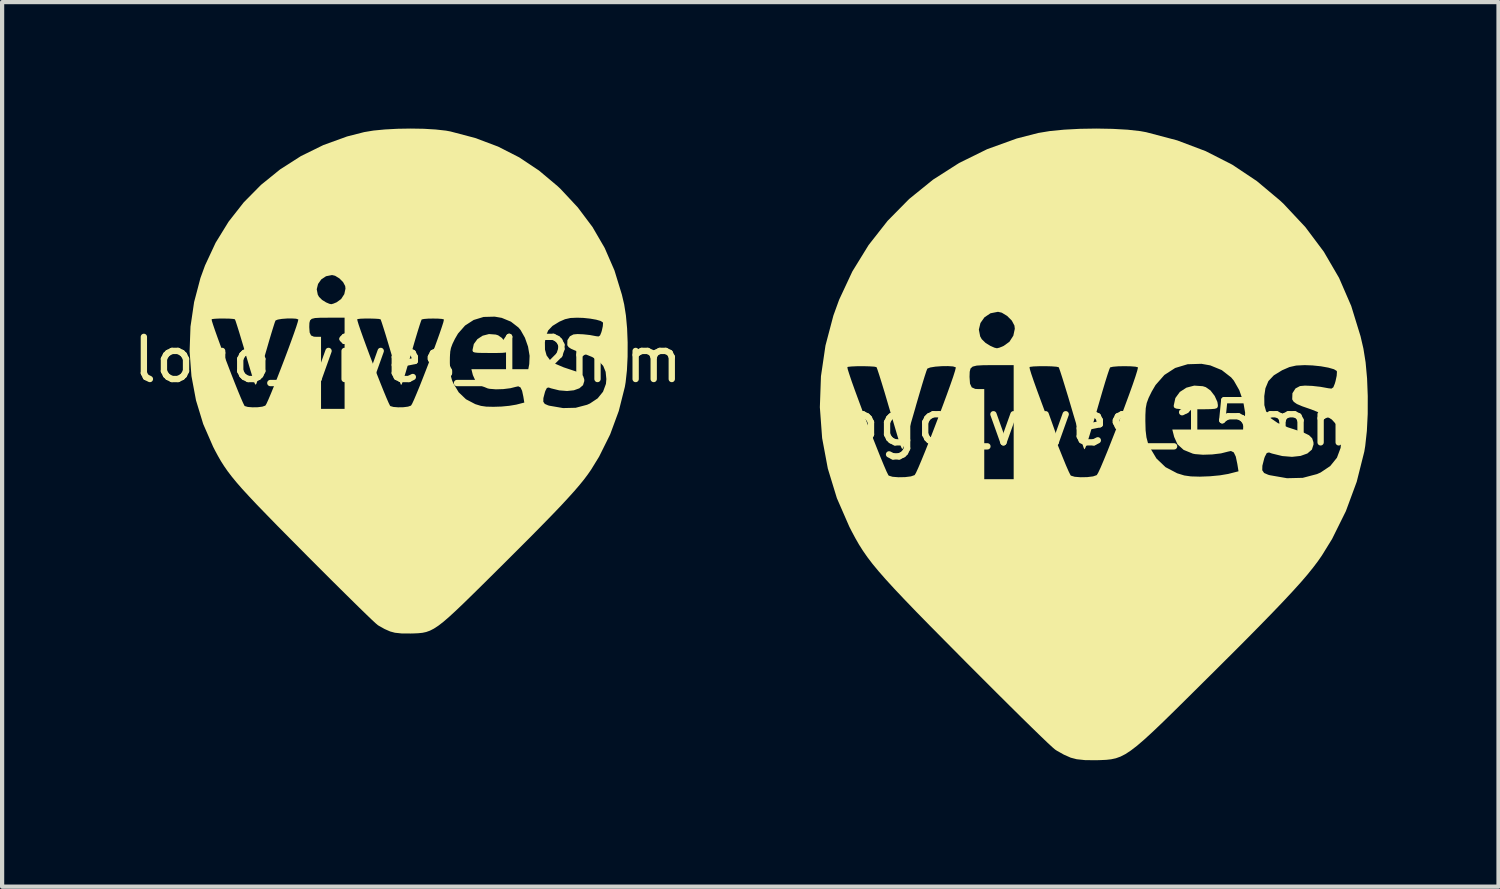
<source format=kicad_pcb>
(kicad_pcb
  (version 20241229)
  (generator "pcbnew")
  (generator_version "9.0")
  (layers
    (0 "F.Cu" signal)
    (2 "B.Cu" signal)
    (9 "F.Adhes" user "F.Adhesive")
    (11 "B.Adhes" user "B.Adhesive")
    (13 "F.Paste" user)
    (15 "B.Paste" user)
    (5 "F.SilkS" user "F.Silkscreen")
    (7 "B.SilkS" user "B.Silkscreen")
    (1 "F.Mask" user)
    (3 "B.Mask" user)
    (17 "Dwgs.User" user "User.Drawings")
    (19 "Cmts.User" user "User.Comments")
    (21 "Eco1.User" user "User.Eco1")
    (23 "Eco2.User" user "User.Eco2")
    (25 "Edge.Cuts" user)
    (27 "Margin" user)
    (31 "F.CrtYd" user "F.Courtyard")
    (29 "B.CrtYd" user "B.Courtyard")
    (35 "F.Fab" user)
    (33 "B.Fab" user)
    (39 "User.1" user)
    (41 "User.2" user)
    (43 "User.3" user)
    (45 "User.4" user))
  (footprint "logo_vives_15mm"
    (layer "F.Cu")
    (at 22.875 7.489)
    (property "Reference" "logo_vives_15mm" (at 0 -0.5 0) (unlocked yes) (layer "F.SilkS") (effects (font (size 1 1) (thickness 0.15))))
    (fp_poly (pts (xy 2.609 -1.377) (xy 2.681 -1.354) (xy 2.792 -1.276) (xy 2.891 -1.147) (xy 2.956 -1.004) (xy 2.968 -0.927) (xy 2.964 -0.886) (xy 2.945 -0.858) (xy 2.895 -0.841) (xy 2.799 -0.833) (xy 2.644 -0.83) (xy 2.444 -0.829) (xy 2.223 -0.83) (xy 2.075 -0.834) (xy 1.985 -0.844) (xy 1.939 -0.862) (xy 1.922 -0.891) (xy 1.92 -0.919) (xy 1.959 -1.096) (xy 2.065 -1.241) (xy 2.221 -1.342) (xy 2.407 -1.391)) (stroke (width 0) (type solid)) (fill yes) (layer "F.SilkS"))
    (fp_poly (pts (xy 0.472 -7.482) (xy 0.827 -7.462) (xy 1.13 -7.428) (xy 1.266 -7.403) (xy 2.002 -7.209) (xy 2.679 -6.953) (xy 3.307 -6.633) (xy 3.892 -6.243) (xy 4.444 -5.78) (xy 4.529 -5.7) (xy 5.044 -5.15) (xy 5.48 -4.568) (xy 5.842 -3.947) (xy 6.131 -3.28) (xy 6.352 -2.562) (xy 6.42 -2.269) (xy 6.472 -1.944) (xy 6.507 -1.56) (xy 6.523 -1.143) (xy 6.522 -0.719) (xy 6.502 -0.316) (xy 6.463 0.041) (xy 6.441 0.175) (xy 6.261 0.891) (xy 6.004 1.587) (xy 5.677 2.247) (xy 5.437 2.636) (xy 5.34 2.776) (xy 5.228 2.924) (xy 5.096 3.088) (xy 4.94 3.27) (xy 4.754 3.476) (xy 4.534 3.712) (xy 4.276 3.982) (xy 3.974 4.292) (xy 3.625 4.646) (xy 3.222 5.049) (xy 2.762 5.507) (xy 2.678 5.59) (xy 2.288 5.977) (xy 1.954 6.307) (xy 1.67 6.585) (xy 1.429 6.815) (xy 1.225 7.002) (xy 1.052 7.151) (xy 0.904 7.265) (xy 0.775 7.35) (xy 0.658 7.41) (xy 0.547 7.45) (xy 0.436 7.474) (xy 0.319 7.487) (xy 0.19 7.493) (xy 0.087 7.496) (xy -0.18 7.494) (xy -0.381 7.473) (xy -0.523 7.436) (xy -0.688 7.363) (xy -0.855 7.269) (xy -0.894 7.243) (xy -0.955 7.191) (xy -1.072 7.083) (xy -1.238 6.924) (xy -1.449 6.719) (xy -1.698 6.475) (xy -1.979 6.197) (xy -2.288 5.89) (xy -2.618 5.56) (xy -2.964 5.214) (xy -3.056 5.121) (xy -3.491 4.682) (xy -3.87 4.299) (xy -4.196 3.966) (xy -4.475 3.676) (xy -4.713 3.424) (xy -4.914 3.204) (xy -5.084 3.01) (xy -5.227 2.837) (xy -5.348 2.678) (xy -5.453 2.527) (xy -5.547 2.379) (xy -5.634 2.227) (xy -5.72 2.066) (xy -5.777 1.954) (xy -6.071 1.28) (xy -6.286 0.577) (xy -6.421 -0.145) (xy -6.475 -0.878) (xy -6.449 -1.613) (xy -6.417 -1.83) (xy -5.822 -1.83) (xy -5.815 -1.783) (xy -5.779 -1.668) (xy -5.721 -1.495) (xy -5.643 -1.277) (xy -5.551 -1.027) (xy -5.45 -0.755) (xy -5.343 -0.474) (xy -5.236 -0.196) (xy -5.132 0.067) (xy -5.038 0.303) (xy -4.956 0.501) (xy -4.893 0.647) (xy -4.851 0.731) (xy -4.84 0.745) (xy -4.75 0.772) (xy -4.61 0.783) (xy -4.454 0.78) (xy -4.316 0.763) (xy -4.229 0.733) (xy -4.226 0.731) (xy -4.195 0.679) (xy -4.14 0.559) (xy -4.065 0.382) (xy -3.975 0.162) (xy -3.875 -0.09) (xy -3.769 -0.363) (xy -3.662 -0.643) (xy -3.558 -0.919) (xy -3.462 -1.179) (xy -3.379 -1.41) (xy -3.315 -1.593) (xy -2.924 -1.593) (xy -2.913 -1.437) (xy -2.872 -1.35) (xy -2.79 -1.313) (xy -2.723 -1.309) (xy -2.575 -1.309) (xy -2.575 0.829) (xy -1.877 0.829) (xy -1.877 -1.83) (xy -1.501 -1.83) (xy -1.494 -1.783) (xy -1.459 -1.668) (xy -1.4 -1.495) (xy -1.322 -1.277) (xy -1.23 -1.027) (xy -1.129 -0.755) (xy -1.022 -0.474) (xy -0.915 -0.196) (xy -0.812 0.067) (xy -0.717 0.303) (xy -0.636 0.501) (xy -0.572 0.647) (xy -0.53 0.731) (xy -0.519 0.745) (xy -0.429 0.772) (xy -0.289 0.783) (xy -0.133 0.78) (xy 0.006 0.763) (xy 0.093 0.733) (xy 0.095 0.731) (xy 0.127 0.678) (xy 0.184 0.557) (xy 0.259 0.38) (xy 0.35 0.159) (xy 0.45 -0.094) (xy 0.557 -0.366) (xy 0.628 -0.552) (xy 1.247 -0.552) (xy 1.253 -0.329) (xy 1.273 -0.163) (xy 1.31 -0.024) (xy 1.347 0.065) (xy 1.51 0.338) (xy 1.726 0.544) (xy 2.002 0.689) (xy 2.171 0.741) (xy 2.328 0.763) (xy 2.54 0.769) (xy 2.779 0.76) (xy 3.014 0.738) (xy 3.215 0.704) (xy 3.245 0.696) (xy 3.457 0.642) (xy 3.453 0.617) (xy 4.02 0.617) (xy 4.064 0.682) (xy 4.161 0.724) (xy 4.201 0.735) (xy 4.608 0.806) (xy 4.981 0.797) (xy 5.319 0.708) (xy 5.405 0.67) (xy 5.632 0.518) (xy 5.792 0.32) (xy 5.879 0.087) (xy 5.892 -0.055) (xy 5.87 -0.27) (xy 5.799 -0.445) (xy 5.668 -0.588) (xy 5.47 -0.711) (xy 5.195 -0.821) (xy 5.165 -0.832) (xy 4.969 -0.9) (xy 4.843 -0.954) (xy 4.77 -1.003) (xy 4.736 -1.054) (xy 4.731 -1.069) (xy 4.736 -1.21) (xy 4.809 -1.324) (xy 4.915 -1.38) (xy 5.033 -1.391) (xy 5.206 -1.384) (xy 5.403 -1.362) (xy 5.59 -1.328) (xy 5.662 -1.32) (xy 5.706 -1.35) (xy 5.742 -1.439) (xy 5.759 -1.498) (xy 5.786 -1.624) (xy 5.792 -1.717) (xy 5.787 -1.739) (xy 5.722 -1.779) (xy 5.59 -1.817) (xy 5.413 -1.849) (xy 5.212 -1.87) (xy 5.025 -1.877) (xy 4.825 -1.867) (xy 4.665 -1.831) (xy 4.498 -1.758) (xy 4.494 -1.757) (xy 4.294 -1.634) (xy 4.166 -1.498) (xy 4.095 -1.327) (xy 4.068 -1.142) (xy 4.07 -0.928) (xy 4.118 -0.756) (xy 4.22 -0.619) (xy 4.386 -0.504) (xy 4.625 -0.402) (xy 4.791 -0.348) (xy 4.997 -0.279) (xy 5.13 -0.214) (xy 5.204 -0.141) (xy 5.234 -0.049) (xy 5.237 0.002) (xy 5.198 0.127) (xy 5.091 0.219) (xy 4.929 0.277) (xy 4.726 0.299) (xy 4.495 0.28) (xy 4.25 0.22) (xy 4.181 0.195) (xy 4.128 0.208) (xy 4.081 0.297) (xy 4.066 0.341) (xy 4.023 0.51) (xy 4.02 0.617) (xy 3.453 0.617) (xy 3.429 0.468) (xy 3.392 0.292) (xy 3.344 0.193) (xy 3.277 0.16) (xy 3.207 0.175) (xy 3.041 0.217) (xy 2.831 0.242) (xy 2.613 0.249) (xy 2.427 0.234) (xy 2.373 0.223) (xy 2.155 0.134) (xy 2.009 0.001) (xy 1.931 -0.173) (xy 1.886 -0.349) (xy 3.575 -0.349) (xy 3.603 -0.502) (xy 3.614 -0.747) (xy 3.568 -1.018) (xy 3.475 -1.283) (xy 3.346 -1.509) (xy 3.282 -1.586) (xy 3.059 -1.759) (xy 2.786 -1.871) (xy 2.578 -1.908) (xy 2.249 -1.898) (xy 1.954 -1.809) (xy 1.699 -1.644) (xy 1.489 -1.405) (xy 1.398 -1.25) (xy 1.324 -1.099) (xy 1.279 -0.977) (xy 1.256 -0.854) (xy 1.248 -0.698) (xy 1.247 -0.552) (xy 0.628 -0.552) (xy 0.664 -0.646) (xy 0.767 -0.922) (xy 0.863 -1.182) (xy 0.946 -1.413) (xy 1.011 -1.604) (xy 1.054 -1.743) (xy 1.071 -1.816) (xy 1.07 -1.825) (xy 1.013 -1.84) (xy 0.897 -1.849) (xy 0.751 -1.852) (xy 0.603 -1.849) (xy 0.481 -1.839) (xy 0.414 -1.824) (xy 0.411 -1.822) (xy 0.39 -1.772) (xy 0.35 -1.654) (xy 0.296 -1.482) (xy 0.233 -1.271) (xy 0.197 -1.148) (xy 0.09 -0.778) (xy 0.004 -0.484) (xy -0.063 -0.258) (xy -0.114 -0.093) (xy -0.151 0.019) (xy -0.177 0.086) (xy -0.194 0.116) (xy -0.203 0.117) (xy -0.221 0.071) (xy -0.26 -0.047) (xy -0.315 -0.225) (xy -0.384 -0.45) (xy -0.462 -0.71) (xy -0.504 -0.853) (xy -0.585 -1.127) (xy -0.66 -1.372) (xy -0.723 -1.576) (xy -0.772 -1.727) (xy -0.802 -1.812) (xy -0.809 -1.827) (xy -0.862 -1.839) (xy -0.976 -1.848) (xy -1.122 -1.852) (xy -1.275 -1.851) (xy -1.405 -1.846) (xy -1.488 -1.836) (xy -1.501 -1.83) (xy -1.877 -1.83) (xy -1.877 -1.877) (xy -2.374 -1.877) (xy -2.601 -1.875) (xy -2.755 -1.866) (xy -2.85 -1.842) (xy -2.901 -1.796) (xy -2.92 -1.721) (xy -2.924 -1.608) (xy -2.924 -1.593) (xy -3.315 -1.593) (xy -3.312 -1.602) (xy -3.268 -1.741) (xy -3.25 -1.816) (xy -3.251 -1.825) (xy -3.315 -1.846) (xy -3.436 -1.854) (xy -3.585 -1.852) (xy -3.735 -1.841) (xy -3.857 -1.821) (xy -3.923 -1.795) (xy -3.926 -1.792) (xy -3.949 -1.733) (xy -3.991 -1.604) (xy -4.048 -1.418) (xy -4.116 -1.188) (xy -4.192 -0.928) (xy -4.212 -0.855) (xy -4.289 -0.589) (xy -4.359 -0.35) (xy -4.419 -0.15) (xy -4.464 -0.004) (xy -4.491 0.075) (xy -4.495 0.083) (xy -4.506 0.103) (xy -4.518 0.11) (xy -4.533 0.095) (xy -4.553 0.05) (xy -4.583 -0.034) (xy -4.625 -0.166) (xy -4.681 -0.355) (xy -4.756 -0.609) (xy -4.853 -0.937) (xy -4.865 -0.979) (xy -4.94 -1.234) (xy -5.009 -1.459) (xy -5.066 -1.642) (xy -5.108 -1.769) (xy -5.13 -1.827) (xy -5.131 -1.829) (xy -5.184 -1.841) (xy -5.297 -1.848) (xy -5.443 -1.852) (xy -5.595 -1.851) (xy -5.726 -1.845) (xy -5.808 -1.836) (xy -5.822 -1.83) (xy -6.417 -1.83) (xy -6.342 -2.341) (xy -6.242 -2.72) (xy -2.703 -2.72) (xy -2.672 -2.559) (xy -2.635 -2.493) (xy -2.543 -2.403) (xy -2.427 -2.332) (xy -2.331 -2.29) (xy -2.273 -2.277) (xy -2.212 -2.292) (xy -2.114 -2.333) (xy -1.978 -2.431) (xy -1.885 -2.576) (xy -1.85 -2.739) (xy -1.859 -2.815) (xy -1.921 -2.933) (xy -2.032 -3.044) (xy -2.159 -3.121) (xy -2.249 -3.142) (xy -2.427 -3.107) (xy -2.569 -3.012) (xy -2.665 -2.877) (xy -2.703 -2.72) (xy -6.242 -2.72) (xy -6.154 -3.053) (xy -6.018 -3.428) (xy -5.704 -4.1) (xy -5.319 -4.725) (xy -4.868 -5.3) (xy -4.357 -5.818) (xy -3.79 -6.277) (xy -3.172 -6.672) (xy -2.508 -6.999) (xy -1.805 -7.253) (xy -1.296 -7.384) (xy -1.018 -7.43) (xy -0.68 -7.463) (xy -0.304 -7.483) (xy 0.088 -7.489)) (stroke (width 0) (type solid)) (fill yes) (layer "F.SilkS")))
  (footprint "logo_vives_12mm"
    (layer "F.Cu")
    (at 6.625 5.987)
    (property "Reference" "logo_vives_12mm" (at 0 -0.5 0) (unlocked yes) (layer "F.SilkS") (effects (font (size 1 1) (thickness 0.15))))
    (fp_poly (pts (xy 2.086 -1.1) (xy 2.143 -1.082) (xy 2.232 -1.02) (xy 2.311 -0.917) (xy 2.363 -0.802) (xy 2.372 -0.741) (xy 2.37 -0.708) (xy 2.354 -0.686) (xy 2.314 -0.673) (xy 2.238 -0.666) (xy 2.114 -0.663) (xy 1.954 -0.663) (xy 1.777 -0.664) (xy 1.659 -0.667) (xy 1.587 -0.675) (xy 1.55 -0.689) (xy 1.537 -0.712) (xy 1.535 -0.734) (xy 1.566 -0.876) (xy 1.651 -0.992) (xy 1.775 -1.073) (xy 1.925 -1.112)) (stroke (width 0) (type solid)) (fill yes) (layer "F.SilkS"))
    (fp_poly (pts (xy 0.377 -5.982) (xy 0.661 -5.965) (xy 0.904 -5.938) (xy 1.012 -5.918) (xy 1.6 -5.763) (xy 2.142 -5.559) (xy 2.644 -5.303) (xy 3.112 -4.991) (xy 3.553 -4.621) (xy 3.621 -4.557) (xy 4.032 -4.117) (xy 4.381 -3.652) (xy 4.67 -3.155) (xy 4.902 -2.622) (xy 5.078 -2.048) (xy 5.133 -1.814) (xy 5.174 -1.554) (xy 5.202 -1.247) (xy 5.215 -0.914) (xy 5.214 -0.575) (xy 5.198 -0.252) (xy 5.167 0.033) (xy 5.149 0.14) (xy 5.005 0.712) (xy 4.8 1.269) (xy 4.538 1.796) (xy 4.347 2.107) (xy 4.269 2.219) (xy 4.18 2.338) (xy 4.074 2.468) (xy 3.949 2.614) (xy 3.8 2.779) (xy 3.625 2.968) (xy 3.418 3.184) (xy 3.177 3.431) (xy 2.898 3.714) (xy 2.576 4.036) (xy 2.208 4.403) (xy 2.141 4.469) (xy 1.83 4.778) (xy 1.562 5.042) (xy 1.335 5.264) (xy 1.142 5.448) (xy 0.979 5.598) (xy 0.841 5.717) (xy 0.723 5.808) (xy 0.619 5.876) (xy 0.526 5.924) (xy 0.437 5.956) (xy 0.349 5.975) (xy 0.255 5.985) (xy 0.152 5.99) (xy 0.07 5.992) (xy -0.144 5.991) (xy -0.305 5.974) (xy -0.418 5.944) (xy -0.55 5.886) (xy -0.684 5.811) (xy -0.715 5.791) (xy -0.764 5.749) (xy -0.857 5.663) (xy -0.99 5.535) (xy -1.158 5.372) (xy -1.357 5.176) (xy -1.582 4.954) (xy -1.829 4.709) (xy -2.093 4.445) (xy -2.37 4.168) (xy -2.443 4.094) (xy -2.791 3.743) (xy -3.094 3.437) (xy -3.354 3.17) (xy -3.578 2.939) (xy -3.768 2.737) (xy -3.929 2.562) (xy -4.064 2.407) (xy -4.178 2.268) (xy -4.275 2.141) (xy -4.359 2.02) (xy -4.434 1.902) (xy -4.504 1.78) (xy -4.573 1.652) (xy -4.619 1.562) (xy -4.854 1.023) (xy -5.025 0.461) (xy -5.133 -0.116) (xy -5.177 -0.702) (xy -5.156 -1.289) (xy -5.13 -1.463) (xy -4.654 -1.463) (xy -4.649 -1.426) (xy -4.62 -1.333) (xy -4.573 -1.195) (xy -4.511 -1.021) (xy -4.438 -0.821) (xy -4.357 -0.603) (xy -4.271 -0.379) (xy -4.186 -0.157) (xy -4.103 0.054) (xy -4.027 0.243) (xy -3.962 0.4) (xy -3.911 0.517) (xy -3.878 0.584) (xy -3.869 0.596) (xy -3.797 0.617) (xy -3.685 0.626) (xy -3.561 0.624) (xy -3.45 0.61) (xy -3.381 0.586) (xy -3.379 0.584) (xy -3.354 0.543) (xy -3.31 0.447) (xy -3.25 0.306) (xy -3.178 0.129) (xy -3.098 -0.072) (xy -3.013 -0.29) (xy -2.927 -0.514) (xy -2.844 -0.735) (xy -2.768 -0.942) (xy -2.701 -1.128) (xy -2.651 -1.273) (xy -2.338 -1.273) (xy -2.329 -1.149) (xy -2.296 -1.079) (xy -2.23 -1.05) (xy -2.177 -1.047) (xy -2.059 -1.047) (xy -2.059 0.663) (xy -1.5 0.663) (xy -1.5 -1.463) (xy -1.2 -1.463) (xy -1.194 -1.426) (xy -1.166 -1.333) (xy -1.119 -1.195) (xy -1.057 -1.021) (xy -0.984 -0.821) (xy -0.903 -0.603) (xy -0.817 -0.379) (xy -0.732 -0.157) (xy -0.649 0.054) (xy -0.573 0.243) (xy -0.508 0.4) (xy -0.457 0.517) (xy -0.424 0.584) (xy -0.415 0.596) (xy -0.343 0.617) (xy -0.231 0.626) (xy -0.106 0.624) (xy 0.005 0.61) (xy 0.074 0.586) (xy 0.076 0.584) (xy 0.102 0.542) (xy 0.147 0.445) (xy 0.207 0.304) (xy 0.28 0.127) (xy 0.36 -0.075) (xy 0.445 -0.293) (xy 0.502 -0.441) (xy 0.997 -0.441) (xy 1.002 -0.263) (xy 1.017 -0.13) (xy 1.048 -0.019) (xy 1.077 0.052) (xy 1.207 0.27) (xy 1.38 0.435) (xy 1.601 0.551) (xy 1.735 0.592) (xy 1.861 0.61) (xy 2.031 0.614) (xy 2.222 0.608) (xy 2.409 0.59) (xy 2.57 0.563) (xy 2.594 0.557) (xy 2.764 0.513) (xy 2.76 0.493) (xy 3.214 0.493) (xy 3.249 0.545) (xy 3.327 0.579) (xy 3.358 0.588) (xy 3.684 0.644) (xy 3.982 0.637) (xy 4.252 0.566) (xy 4.321 0.535) (xy 4.503 0.414) (xy 4.631 0.256) (xy 4.7 0.07) (xy 4.71 -0.044) (xy 4.693 -0.216) (xy 4.636 -0.356) (xy 4.532 -0.47) (xy 4.373 -0.568) (xy 4.153 -0.657) (xy 4.129 -0.665) (xy 3.973 -0.719) (xy 3.872 -0.763) (xy 3.814 -0.802) (xy 3.786 -0.843) (xy 3.783 -0.854) (xy 3.786 -0.967) (xy 3.845 -1.059) (xy 3.929 -1.103) (xy 4.024 -1.112) (xy 4.162 -1.106) (xy 4.319 -1.089) (xy 4.469 -1.061) (xy 4.526 -1.055) (xy 4.561 -1.08) (xy 4.59 -1.151) (xy 4.604 -1.198) (xy 4.626 -1.299) (xy 4.631 -1.372) (xy 4.626 -1.39) (xy 4.574 -1.423) (xy 4.469 -1.453) (xy 4.327 -1.478) (xy 4.166 -1.495) (xy 4.017 -1.5) (xy 3.857 -1.493) (xy 3.729 -1.464) (xy 3.596 -1.406) (xy 3.593 -1.404) (xy 3.433 -1.306) (xy 3.33 -1.198) (xy 3.273 -1.061) (xy 3.252 -0.913) (xy 3.254 -0.742) (xy 3.292 -0.605) (xy 3.374 -0.494) (xy 3.507 -0.403) (xy 3.698 -0.322) (xy 3.83 -0.278) (xy 3.995 -0.223) (xy 4.101 -0.171) (xy 4.161 -0.112) (xy 4.185 -0.039) (xy 4.187 0.002) (xy 4.156 0.101) (xy 4.07 0.175) (xy 3.94 0.222) (xy 3.778 0.239) (xy 3.593 0.224) (xy 3.398 0.176) (xy 3.342 0.156) (xy 3.3 0.166) (xy 3.262 0.238) (xy 3.251 0.273) (xy 3.216 0.407) (xy 3.214 0.493) (xy 2.76 0.493) (xy 2.741 0.374) (xy 2.711 0.234) (xy 2.673 0.154) (xy 2.62 0.128) (xy 2.564 0.14) (xy 2.432 0.173) (xy 2.263 0.194) (xy 2.089 0.199) (xy 1.941 0.187) (xy 1.897 0.178) (xy 1.723 0.107) (xy 1.606 0.001) (xy 1.543 -0.139) (xy 1.508 -0.279) (xy 2.858 -0.279) (xy 2.881 -0.401) (xy 2.889 -0.597) (xy 2.852 -0.814) (xy 2.778 -1.025) (xy 2.675 -1.207) (xy 2.624 -1.268) (xy 2.446 -1.406) (xy 2.228 -1.496) (xy 2.061 -1.525) (xy 1.798 -1.518) (xy 1.562 -1.446) (xy 1.358 -1.314) (xy 1.19 -1.123) (xy 1.118 -0.999) (xy 1.059 -0.878) (xy 1.023 -0.781) (xy 1.004 -0.683) (xy 0.998 -0.558) (xy 0.997 -0.441) (xy 0.502 -0.441) (xy 0.531 -0.517) (xy 0.614 -0.737) (xy 0.69 -0.945) (xy 0.756 -1.13) (xy 0.808 -1.283) (xy 0.843 -1.393) (xy 0.856 -1.452) (xy 0.855 -1.459) (xy 0.81 -1.471) (xy 0.717 -1.478) (xy 0.6 -1.48) (xy 0.482 -1.478) (xy 0.385 -1.47) (xy 0.331 -1.459) (xy 0.328 -1.457) (xy 0.312 -1.417) (xy 0.28 -1.322) (xy 0.237 -1.185) (xy 0.186 -1.016) (xy 0.157 -0.918) (xy 0.072 -0.622) (xy 0.003 -0.387) (xy -0.05 -0.206) (xy -0.091 -0.074) (xy -0.121 0.015) (xy -0.141 0.069) (xy -0.155 0.092) (xy -0.162 0.094) (xy -0.177 0.057) (xy -0.208 -0.038) (xy -0.252 -0.18) (xy -0.307 -0.36) (xy -0.369 -0.568) (xy -0.403 -0.682) (xy -0.468 -0.901) (xy -0.527 -1.097) (xy -0.578 -1.26) (xy -0.617 -1.381) (xy -0.641 -1.449) (xy -0.646 -1.461) (xy -0.689 -1.471) (xy -0.78 -1.477) (xy -0.897 -1.48) (xy -1.019 -1.48) (xy -1.124 -1.476) (xy -1.189 -1.468) (xy -1.2 -1.463) (xy -1.5 -1.463) (xy -1.5 -1.5) (xy -1.898 -1.5) (xy -2.079 -1.499) (xy -2.202 -1.492) (xy -2.279 -1.473) (xy -2.319 -1.436) (xy -2.335 -1.376) (xy -2.338 -1.286) (xy -2.338 -1.273) (xy -2.651 -1.273) (xy -2.648 -1.281) (xy -2.613 -1.392) (xy -2.598 -1.452) (xy -2.599 -1.459) (xy -2.65 -1.476) (xy -2.747 -1.482) (xy -2.866 -1.481) (xy -2.986 -1.472) (xy -3.083 -1.456) (xy -3.136 -1.435) (xy -3.139 -1.432) (xy -3.157 -1.386) (xy -3.19 -1.283) (xy -3.236 -1.134) (xy -3.291 -0.95) (xy -3.351 -0.742) (xy -3.368 -0.684) (xy -3.429 -0.471) (xy -3.485 -0.28) (xy -3.532 -0.12) (xy -3.569 -0.003) (xy -3.59 0.06) (xy -3.593 0.066) (xy -3.603 0.082) (xy -3.612 0.088) (xy -3.624 0.076) (xy -3.64 0.04) (xy -3.664 -0.027) (xy -3.697 -0.133) (xy -3.743 -0.284) (xy -3.803 -0.487) (xy -3.88 -0.749) (xy -3.889 -0.783) (xy -3.95 -0.986) (xy -4.004 -1.166) (xy -4.05 -1.312) (xy -4.083 -1.414) (xy -4.101 -1.46) (xy -4.102 -1.462) (xy -4.144 -1.471) (xy -4.235 -1.478) (xy -4.352 -1.48) (xy -4.473 -1.48) (xy -4.578 -1.475) (xy -4.643 -1.467) (xy -4.654 -1.463) (xy -5.13 -1.463) (xy -5.07 -1.871) (xy -4.99 -2.174) (xy -2.161 -2.174) (xy -2.136 -2.046) (xy -2.106 -1.993) (xy -2.033 -1.921) (xy -1.941 -1.864) (xy -1.864 -1.831) (xy -1.817 -1.82) (xy -1.768 -1.833) (xy -1.69 -1.865) (xy -1.582 -1.943) (xy -1.507 -2.059) (xy -1.479 -2.19) (xy -1.486 -2.251) (xy -1.536 -2.345) (xy -1.624 -2.433) (xy -1.726 -2.495) (xy -1.798 -2.512) (xy -1.94 -2.484) (xy -2.054 -2.408) (xy -2.13 -2.3) (xy -2.161 -2.174) (xy -4.99 -2.174) (xy -4.92 -2.441) (xy -4.811 -2.74) (xy -4.56 -3.278) (xy -4.252 -3.778) (xy -3.892 -4.237) (xy -3.483 -4.651) (xy -3.03 -5.018) (xy -2.536 -5.334) (xy -2.005 -5.595) (xy -1.443 -5.799) (xy -1.036 -5.903) (xy -0.814 -5.94) (xy -0.543 -5.966) (xy -0.243 -5.982) (xy 0.07 -5.987)) (stroke (width 0) (type solid)) (fill yes) (layer "F.SilkS")))
  (gr_rect
    (start -3 -3)
    (end 32.5 17.985)
    (stroke (width 0.1) (type default))
    (fill no)
    (layer "Edge.Cuts")))
</source>
